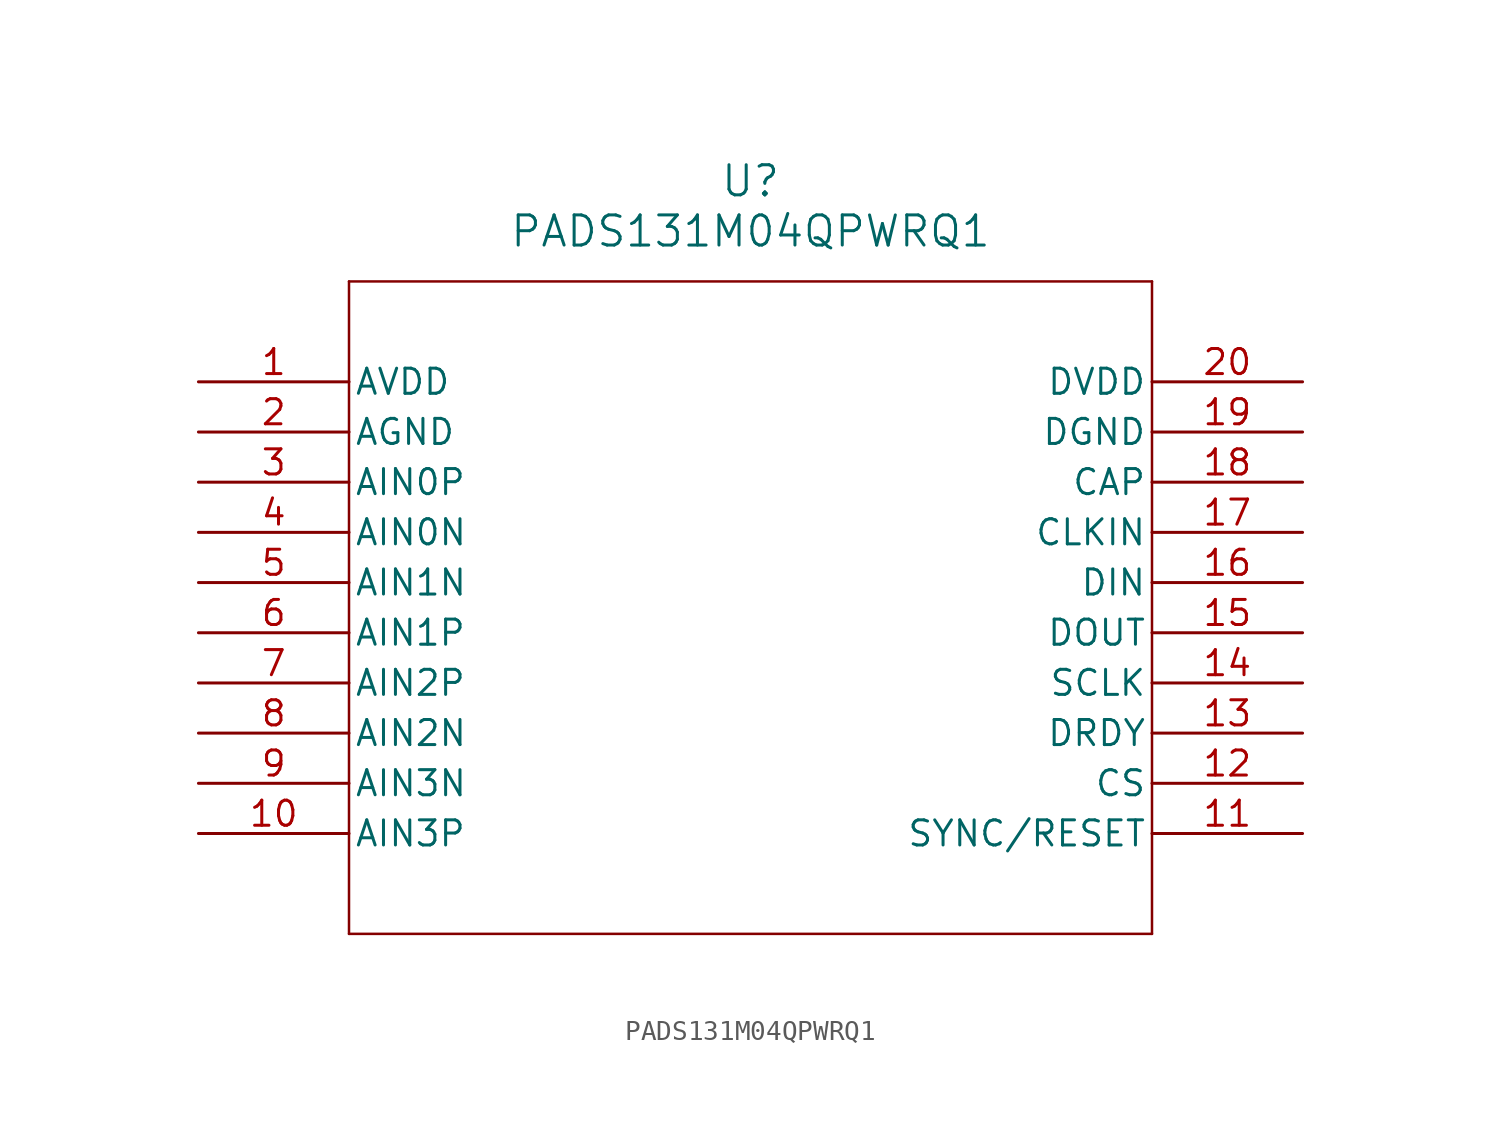
<source format=kicad_sym>
(kicad_symbol_lib
  (version 20211014)
  (generator kicad_symbol_editor)
  (symbol "PADS131M04QPWRQ1"
    (pin_names
      (offset 0.254))
    (property "Reference" "U"
      (at 27.94 10.16 0)
      (effects (font (size 1.524 1.524))))
    (property "Value" "PADS131M04QPWRQ1"
      (at 27.94 7.62 0)
      (effects (font (size 1.524 1.524))))
    (symbol "PADS131M04QPWRQ1_0_1"
      (polyline (pts (xy 7.62 5.08) (xy 7.62 -27.94)) (stroke (width 0.127) (type default) (color 0 0 0 0)) (fill (type none)))
      (polyline (pts (xy 7.62 -27.94) (xy 48.26 -27.94)) (stroke (width 0.127) (type default) (color 0 0 0 0)) (fill (type none)))
      (polyline (pts (xy 48.26 -27.94) (xy 48.26 5.08)) (stroke (width 0.127) (type default) (color 0 0 0 0)) (fill (type none)))
      (polyline (pts (xy 48.26 5.08) (xy 7.62 5.08)) (stroke (width 0.127) (type default) (color 0 0 0 0)) (fill (type none)))
      (pin unspecified line (at 0 0 0) (length 7.62) (name "AVDD" (effects (font (size 1.27 1.27)))) (number "1" (effects (font (size 1.27 1.27)))))
      (pin power_out line (at 0 -2.54 0) (length 7.62) (name "AGND" (effects (font (size 1.27 1.27)))) (number "2" (effects (font (size 1.27 1.27)))))
      (pin input line (at 0 -5.08 0) (length 7.62) (name "AIN0P" (effects (font (size 1.27 1.27)))) (number "3" (effects (font (size 1.27 1.27)))))
      (pin input line (at 0 -7.62 0) (length 7.62) (name "AIN0N" (effects (font (size 1.27 1.27)))) (number "4" (effects (font (size 1.27 1.27)))))
      (pin input line (at 0 -10.16 0) (length 7.62) (name "AIN1N" (effects (font (size 1.27 1.27)))) (number "5" (effects (font (size 1.27 1.27)))))
      (pin input line (at 0 -12.7 0) (length 7.62) (name "AIN1P" (effects (font (size 1.27 1.27)))) (number "6" (effects (font (size 1.27 1.27)))))
      (pin input line (at 0 -15.24 0) (length 7.62) (name "AIN2P" (effects (font (size 1.27 1.27)))) (number "7" (effects (font (size 1.27 1.27)))))
      (pin input line (at 0 -17.78 0) (length 7.62) (name "AIN2N" (effects (font (size 1.27 1.27)))) (number "8" (effects (font (size 1.27 1.27)))))
      (pin input line (at 0 -20.32 0) (length 7.62) (name "AIN3N" (effects (font (size 1.27 1.27)))) (number "9" (effects (font (size 1.27 1.27)))))
      (pin input line (at 0 -22.86 0) (length 7.62) (name "AIN3P" (effects (font (size 1.27 1.27)))) (number "10" (effects (font (size 1.27 1.27)))))
      (pin input line (at 55.88 -22.86 180) (length 7.62) (name "SYNC/RESET" (effects (font (size 1.27 1.27)))) (number "11" (effects (font (size 1.27 1.27)))))
      (pin input line (at 55.88 -20.32 180) (length 7.62) (name "CS" (effects (font (size 1.27 1.27)))) (number "12" (effects (font (size 1.27 1.27)))))
      (pin output line (at 55.88 -17.78 180) (length 7.62) (name "DRDY" (effects (font (size 1.27 1.27)))) (number "13" (effects (font (size 1.27 1.27)))))
      (pin input line (at 55.88 -15.24 180) (length 7.62) (name "SCLK" (effects (font (size 1.27 1.27)))) (number "14" (effects (font (size 1.27 1.27)))))
      (pin output line (at 55.88 -12.7 180) (length 7.62) (name "DOUT" (effects (font (size 1.27 1.27)))) (number "15" (effects (font (size 1.27 1.27)))))
      (pin input line (at 55.88 -10.16 180) (length 7.62) (name "DIN" (effects (font (size 1.27 1.27)))) (number "16" (effects (font (size 1.27 1.27)))))
      (pin input line (at 55.88 -7.62 180) (length 7.62) (name "CLKIN" (effects (font (size 1.27 1.27)))) (number "17" (effects (font (size 1.27 1.27)))))
      (pin output line (at 55.88 -5.08 180) (length 7.62) (name "CAP" (effects (font (size 1.27 1.27)))) (number "18" (effects (font (size 1.27 1.27)))))
      (pin power_out line (at 55.88 -2.54 180) (length 7.62) (name "DGND" (effects (font (size 1.27 1.27)))) (number "19" (effects (font (size 1.27 1.27)))))
      (pin bidirectional line (at 55.88 0 180) (length 7.62) (name "DVDD" (effects (font (size 1.27 1.27)))) (number "20" (effects (font (size 1.27 1.27))))))))
</source>
